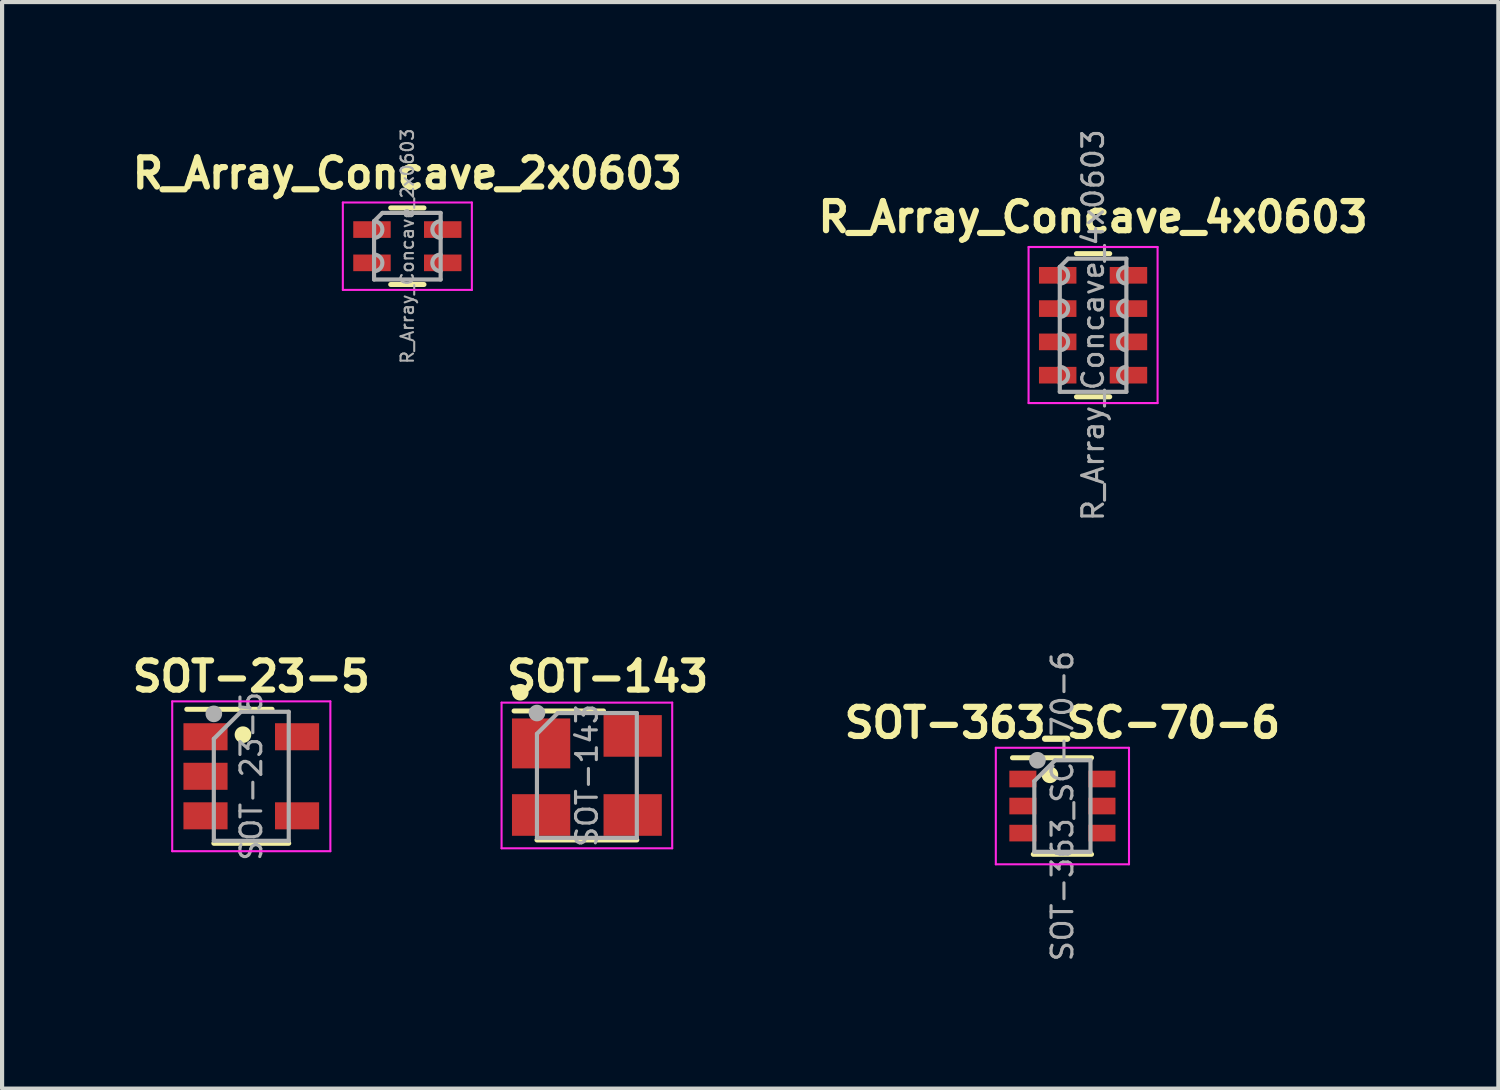
<source format=kicad_pcb>
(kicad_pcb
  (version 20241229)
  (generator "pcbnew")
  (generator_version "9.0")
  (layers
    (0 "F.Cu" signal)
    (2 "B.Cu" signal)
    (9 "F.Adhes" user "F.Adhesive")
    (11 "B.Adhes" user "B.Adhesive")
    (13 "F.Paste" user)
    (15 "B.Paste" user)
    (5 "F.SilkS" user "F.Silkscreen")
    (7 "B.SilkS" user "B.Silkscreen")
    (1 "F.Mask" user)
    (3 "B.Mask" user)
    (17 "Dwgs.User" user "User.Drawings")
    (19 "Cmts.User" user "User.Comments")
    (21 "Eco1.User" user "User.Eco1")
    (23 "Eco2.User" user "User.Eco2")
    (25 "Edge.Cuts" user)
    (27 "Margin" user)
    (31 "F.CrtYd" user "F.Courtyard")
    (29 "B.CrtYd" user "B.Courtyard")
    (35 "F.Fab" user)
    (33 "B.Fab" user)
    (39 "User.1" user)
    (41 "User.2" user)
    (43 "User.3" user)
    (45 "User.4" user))
  (footprint "R_Array_Concave_2x0603"
    (layer "F.Cu")
    (at 6.738 2.866)
    (property "Reference" "R_Array_Concave_2x0603" (at 0 -1.75 0) (layer "F.SilkS") (effects (font (size 0.7 0.7) (thickness 0.15))))
    (attr smd)
    (fp_line (start 0.4 -0.92) (end -0.4 -0.92) (stroke (width 0.12) (type solid)) (layer "F.SilkS"))
    (fp_line (start 0.4 0.92) (end -0.4 0.92) (stroke (width 0.12) (type solid)) (layer "F.SilkS"))
    (fp_line (start -1.55 -1.05) (end -1.55 1.05) (stroke (width 0.05) (type solid)) (layer "F.CrtYd"))
    (fp_line (start -1.55 -1.05) (end 1.55 -1.05) (stroke (width 0.05) (type solid)) (layer "F.CrtYd"))
    (fp_line (start 1.55 1.05) (end -1.55 1.05) (stroke (width 0.05) (type solid)) (layer "F.CrtYd"))
    (fp_line (start 1.55 1.05) (end 1.55 -1.05) (stroke (width 0.05) (type solid)) (layer "F.CrtYd"))
    (fp_line (start -0.8 -0.6) (end -0.6 -0.8) (stroke (width 0.1) (type solid)) (layer "F.Fab"))
    (fp_line (start -0.8 0.8) (end -0.8 -0.6) (stroke (width 0.1) (type solid)) (layer "F.Fab"))
    (fp_line (start -0.6 -0.8) (end 0.8 -0.8) (stroke (width 0.1) (type solid)) (layer "F.Fab"))
    (fp_line (start 0.8 -0.8) (end 0.8 0.8) (stroke (width 0.1) (type solid)) (layer "F.Fab"))
    (fp_line (start 0.8 0.8) (end -0.8 0.8) (stroke (width 0.1) (type solid)) (layer "F.Fab"))
    (fp_arc (start -0.8 -0.6) (mid -0.6 -0.4) (end -0.8 -0.2) (stroke (width 0.1) (type solid)) (layer "F.Fab"))
    (fp_arc (start -0.8 0.2) (mid -0.6 0.4) (end -0.8 0.6) (stroke (width 0.1) (type solid)) (layer "F.Fab"))
    (fp_arc (start 0.8 -0.2) (mid 0.6 -0.4) (end 0.8 -0.6) (stroke (width 0.1) (type solid)) (layer "F.Fab"))
    (fp_arc (start 0.8 0.6) (mid 0.6 0.4) (end 0.8 0.2) (stroke (width 0.1) (type solid)) (layer "F.Fab"))
    (fp_text user "${REFERENCE}" (at 0 0 90) (layer "F.Fab") (effects (font (size 0.3 0.3) (thickness 0.05))))
    (pad "1" smd rect (at -0.85 -0.4) (size 0.9 0.4) (layers "F.Cu" "F.Mask" "F.Paste"))
    (pad "2" smd rect (at -0.85 0.4) (size 0.9 0.4) (layers "F.Cu" "F.Mask" "F.Paste"))
    (pad "3" smd rect (at 0.85 0.4) (size 0.9 0.4) (layers "F.Cu" "F.Mask" "F.Paste"))
    (pad "4" smd rect (at 0.85 -0.4) (size 0.9 0.4) (layers "F.Cu" "F.Mask" "F.Paste")))
  (footprint "SOT-363_SC-70-6"
    (layer "F.Cu")
    (at 22.478 16.318)
    (property "Reference" "SOT-363_SC-70-6" (at 0 -2 0) (layer "F.SilkS") (effects (font (size 0.7 0.7) (thickness 0.15))))
    (attr smd)
    (fp_line (start -0.7 1.16) (end 0.7 1.16) (stroke (width 0.12) (type solid)) (layer "F.SilkS"))
    (fp_line (start 0.7 -1.16) (end -1.2 -1.16) (stroke (width 0.12) (type solid)) (layer "F.SilkS"))
    (fp_circle (center -0.3 -0.75) (end -0.2 -0.75) (stroke (width 0.2) (type solid)) (fill no) (layer "F.SilkS"))
    (fp_line (start -1.6 -1.4) (end -1.6 1.4) (stroke (width 0.05) (type solid)) (layer "F.CrtYd"))
    (fp_line (start -1.6 -1.4) (end 1.6 -1.4) (stroke (width 0.05) (type solid)) (layer "F.CrtYd"))
    (fp_line (start -1.6 1.4) (end 1.6 1.4) (stroke (width 0.05) (type solid)) (layer "F.CrtYd"))
    (fp_line (start 1.6 1.4) (end 1.6 -1.4) (stroke (width 0.05) (type solid)) (layer "F.CrtYd"))
    (fp_line (start -0.675 -0.6) (end -0.675 1.1) (stroke (width 0.1) (type solid)) (layer "F.Fab"))
    (fp_line (start -0.175 -1.1) (end -0.675 -0.6) (stroke (width 0.1) (type solid)) (layer "F.Fab"))
    (fp_line (start 0.675 -1.1) (end -0.175 -1.1) (stroke (width 0.1) (type solid)) (layer "F.Fab"))
    (fp_line (start 0.675 -1.1) (end 0.675 1.1) (stroke (width 0.1) (type solid)) (layer "F.Fab"))
    (fp_line (start 0.675 1.1) (end -0.675 1.1) (stroke (width 0.1) (type solid)) (layer "F.Fab"))
    (fp_circle (center -0.6 -1.1) (end -0.5 -1.1) (stroke (width 0.2) (type solid)) (fill no) (layer "F.Fab"))
    (fp_text user "${REFERENCE}" (at 0 0 90) (layer "F.Fab") (effects (font (size 0.5 0.5) (thickness 0.075))))
    (pad "1" smd rect (at -0.95 -0.65) (size 0.65 0.4) (layers "F.Cu" "F.Mask" "F.Paste"))
    (pad "2" smd rect (at -0.95 0) (size 0.65 0.4) (layers "F.Cu" "F.Mask" "F.Paste"))
    (pad "3" smd rect (at -0.95 0.65) (size 0.65 0.4) (layers "F.Cu" "F.Mask" "F.Paste"))
    (pad "4" smd rect (at 0.95 0.65) (size 0.65 0.4) (layers "F.Cu" "F.Mask" "F.Paste"))
    (pad "5" smd rect (at 0.95 0) (size 0.65 0.4) (layers "F.Cu" "F.Mask" "F.Paste"))
    (pad "6" smd rect (at 0.95 -0.65) (size 0.65 0.4) (layers "F.Cu" "F.Mask" "F.Paste")))
  (footprint "SOT-143"
    (layer "F.Cu")
    (at 11.052 15.583)
    (property "Reference" "SOT-143" (at 0.5 -2.38 0) (layer "F.SilkS") (effects (font (size 0.7 0.7) (thickness 0.15))))
    (attr smd)
    (fp_line (start -1.2 1.55) (end 1.2 1.55) (stroke (width 0.12) (type solid)) (layer "F.SilkS"))
    (fp_line (start 0.4 -1.55) (end -1.75 -1.55) (stroke (width 0.12) (type solid)) (layer "F.SilkS"))
    (fp_circle (center -1.6 -2) (end -1.5 -2) (stroke (width 0.2) (type solid)) (fill no) (layer "F.SilkS"))
    (fp_line (start -2.05 1.75) (end -2.05 -1.75) (stroke (width 0.05) (type solid)) (layer "F.CrtYd"))
    (fp_line (start -2.05 1.75) (end 2.05 1.75) (stroke (width 0.05) (type solid)) (layer "F.CrtYd"))
    (fp_line (start 2.05 -1.75) (end -2.05 -1.75) (stroke (width 0.05) (type solid)) (layer "F.CrtYd"))
    (fp_line (start 2.05 -1.75) (end 2.05 1.75) (stroke (width 0.05) (type solid)) (layer "F.CrtYd"))
    (fp_line (start -1.2 -1) (end -0.7 -1.5) (stroke (width 0.1) (type solid)) (layer "F.Fab"))
    (fp_line (start -1.2 1.5) (end -1.2 -1) (stroke (width 0.1) (type solid)) (layer "F.Fab"))
    (fp_line (start -0.7 -1.5) (end 1.2 -1.5) (stroke (width 0.1) (type solid)) (layer "F.Fab"))
    (fp_line (start 1.2 -1.5) (end 1.2 1.5) (stroke (width 0.1) (type solid)) (layer "F.Fab"))
    (fp_line (start 1.2 1.5) (end -1.2 1.5) (stroke (width 0.1) (type solid)) (layer "F.Fab"))
    (fp_circle (center -1.2 -1.5) (end -1.1 -1.5) (stroke (width 0.2) (type solid)) (fill no) (layer "F.Fab"))
    (fp_text user "${REFERENCE}" (at 0 0 90) (layer "F.Fab") (effects (font (size 0.5 0.5) (thickness 0.075))))
    (pad "1" smd rect (at -1.1 -0.77 270) (size 1.2 1.4) (layers "F.Cu" "F.Mask" "F.Paste"))
    (pad "2" smd rect (at -1.1 0.95 270) (size 1 1.4) (layers "F.Cu" "F.Mask" "F.Paste"))
    (pad "3" smd rect (at 1.1 0.95 270) (size 1 1.4) (layers "F.Cu" "F.Mask" "F.Paste"))
    (pad "4" smd rect (at 1.1 -0.95 270) (size 1 1.4) (layers "F.Cu" "F.Mask" "F.Paste")))
  (footprint "R_Array_Concave_4x0603"
    (layer "F.Cu")
    (at 23.215 4.765)
    (property "Reference" "R_Array_Concave_4x0603" (at 0 -2.6 0) (layer "F.SilkS") (effects (font (size 0.7 0.7) (thickness 0.15))))
    (attr smd)
    (fp_line (start 0.4 -1.72) (end -0.4 -1.72) (stroke (width 0.12) (type solid)) (layer "F.SilkS"))
    (fp_line (start 0.4 1.72) (end -0.4 1.72) (stroke (width 0.12) (type solid)) (layer "F.SilkS"))
    (fp_line (start -1.55 -1.88) (end -1.55 1.87) (stroke (width 0.05) (type solid)) (layer "F.CrtYd"))
    (fp_line (start -1.55 -1.88) (end 1.55 -1.88) (stroke (width 0.05) (type solid)) (layer "F.CrtYd"))
    (fp_line (start 1.55 1.87) (end -1.55 1.87) (stroke (width 0.05) (type solid)) (layer "F.CrtYd"))
    (fp_line (start 1.55 1.87) (end 1.55 -1.88) (stroke (width 0.05) (type solid)) (layer "F.CrtYd"))
    (fp_line (start -0.8 1.6) (end -0.8 -1.4) (stroke (width 0.1) (type solid)) (layer "F.Fab"))
    (fp_line (start -0.6 -1.6) (end -0.8 -1.4) (stroke (width 0.1) (type solid)) (layer "F.Fab"))
    (fp_line (start -0.6 -1.6) (end 0.8 -1.6) (stroke (width 0.1) (type solid)) (layer "F.Fab"))
    (fp_line (start 0.8 -1.6) (end 0.8 1.6) (stroke (width 0.1) (type solid)) (layer "F.Fab"))
    (fp_line (start 0.8 1.6) (end -0.8 1.6) (stroke (width 0.1) (type solid)) (layer "F.Fab"))
    (fp_arc (start -0.8 -1.4) (mid -0.6 -1.2) (end -0.8 -1) (stroke (width 0.1) (type solid)) (layer "F.Fab"))
    (fp_arc (start -0.8 -0.6) (mid -0.6 -0.4) (end -0.8 -0.2) (stroke (width 0.1) (type solid)) (layer "F.Fab"))
    (fp_arc (start -0.8 0.2) (mid -0.6 0.4) (end -0.8 0.6) (stroke (width 0.1) (type solid)) (layer "F.Fab"))
    (fp_arc (start -0.8 1) (mid -0.6 1.2) (end -0.8 1.4) (stroke (width 0.1) (type solid)) (layer "F.Fab"))
    (fp_arc (start 0.8 -1) (mid 0.6 -1.2) (end 0.8 -1.4) (stroke (width 0.1) (type solid)) (layer "F.Fab"))
    (fp_arc (start 0.8 -0.2) (mid 0.6 -0.4) (end 0.8 -0.6) (stroke (width 0.1) (type solid)) (layer "F.Fab"))
    (fp_arc (start 0.8 0.6) (mid 0.6 0.4) (end 0.8 0.2) (stroke (width 0.1) (type solid)) (layer "F.Fab"))
    (fp_arc (start 0.8 1.4) (mid 0.6 1.2) (end 0.8 1) (stroke (width 0.1) (type solid)) (layer "F.Fab"))
    (fp_text user "${REFERENCE}" (at 0 0 90) (layer "F.Fab") (effects (font (size 0.5 0.5) (thickness 0.075))))
    (pad "1" smd rect (at -0.85 -1.2) (size 0.9 0.4) (layers "F.Cu" "F.Mask" "F.Paste"))
    (pad "2" smd rect (at -0.85 -0.4) (size 0.9 0.4) (layers "F.Cu" "F.Mask" "F.Paste"))
    (pad "3" smd rect (at -0.85 0.4) (size 0.9 0.4) (layers "F.Cu" "F.Mask" "F.Paste"))
    (pad "4" smd rect (at -0.85 1.2) (size 0.9 0.4) (layers "F.Cu" "F.Mask" "F.Paste"))
    (pad "5" smd rect (at 0.85 1.2) (size 0.9 0.4) (layers "F.Cu" "F.Mask" "F.Paste"))
    (pad "6" smd rect (at 0.85 0.4) (size 0.9 0.4) (layers "F.Cu" "F.Mask" "F.Paste"))
    (pad "7" smd rect (at 0.85 -0.4) (size 0.9 0.4) (layers "F.Cu" "F.Mask" "F.Paste"))
    (pad "8" smd rect (at 0.85 -1.2) (size 0.9 0.4) (layers "F.Cu" "F.Mask" "F.Paste")))
  (footprint "SOT-23-5"
    (layer "F.Cu")
    (at 2.988 15.603)
    (property "Reference" "SOT-23-5" (at 0 -2.4 0) (layer "F.SilkS") (effects (font (size 0.7 0.7) (thickness 0.15))))
    (attr smd)
    (fp_line (start -0.9 1.61) (end 0.9 1.61) (stroke (width 0.12) (type solid)) (layer "F.SilkS"))
    (fp_line (start 0.5 -1.61) (end -1.55 -1.61) (stroke (width 0.12) (type solid)) (layer "F.SilkS"))
    (fp_circle (center -0.2 -1) (end -0.1 -1) (stroke (width 0.2) (type solid)) (fill no) (layer "F.SilkS"))
    (fp_line (start -1.9 -1.8) (end 1.9 -1.8) (stroke (width 0.05) (type solid)) (layer "F.CrtYd"))
    (fp_line (start -1.9 1.8) (end -1.9 -1.8) (stroke (width 0.05) (type solid)) (layer "F.CrtYd"))
    (fp_line (start 1.9 -1.8) (end 1.9 1.8) (stroke (width 0.05) (type solid)) (layer "F.CrtYd"))
    (fp_line (start 1.9 1.8) (end -1.9 1.8) (stroke (width 0.05) (type solid)) (layer "F.CrtYd"))
    (fp_line (start -0.9 -0.9) (end -0.9 1.55) (stroke (width 0.1) (type solid)) (layer "F.Fab"))
    (fp_line (start -0.9 -0.9) (end -0.25 -1.55) (stroke (width 0.1) (type solid)) (layer "F.Fab"))
    (fp_line (start 0.9 -1.55) (end -0.25 -1.55) (stroke (width 0.1) (type solid)) (layer "F.Fab"))
    (fp_line (start 0.9 -1.55) (end 0.9 1.55) (stroke (width 0.1) (type solid)) (layer "F.Fab"))
    (fp_line (start 0.9 1.55) (end -0.9 1.55) (stroke (width 0.1) (type solid)) (layer "F.Fab"))
    (fp_circle (center -0.9 -1.5) (end -0.8 -1.5) (stroke (width 0.2) (type solid)) (fill no) (layer "F.Fab"))
    (fp_text user "${REFERENCE}" (at 0 0 90) (layer "F.Fab") (effects (font (size 0.5 0.5) (thickness 0.075))))
    (pad "1" smd rect (at -1.1 -0.95) (size 1.06 0.65) (layers "F.Cu" "F.Mask" "F.Paste"))
    (pad "2" smd rect (at -1.1 0) (size 1.06 0.65) (layers "F.Cu" "F.Mask" "F.Paste"))
    (pad "3" smd rect (at -1.1 0.95) (size 1.06 0.65) (layers "F.Cu" "F.Mask" "F.Paste"))
    (pad "4" smd rect (at 1.1 0.95) (size 1.06 0.65) (layers "F.Cu" "F.Mask" "F.Paste"))
    (pad "5" smd rect (at 1.1 -0.95) (size 1.06 0.65) (layers "F.Cu" "F.Mask" "F.Paste")))
  (gr_rect
    (start -3 -3)
    (end 32.953 23.107)
    (stroke (width 0.1) (type default))
    (fill no)
    (layer "Edge.Cuts")))
</source>
